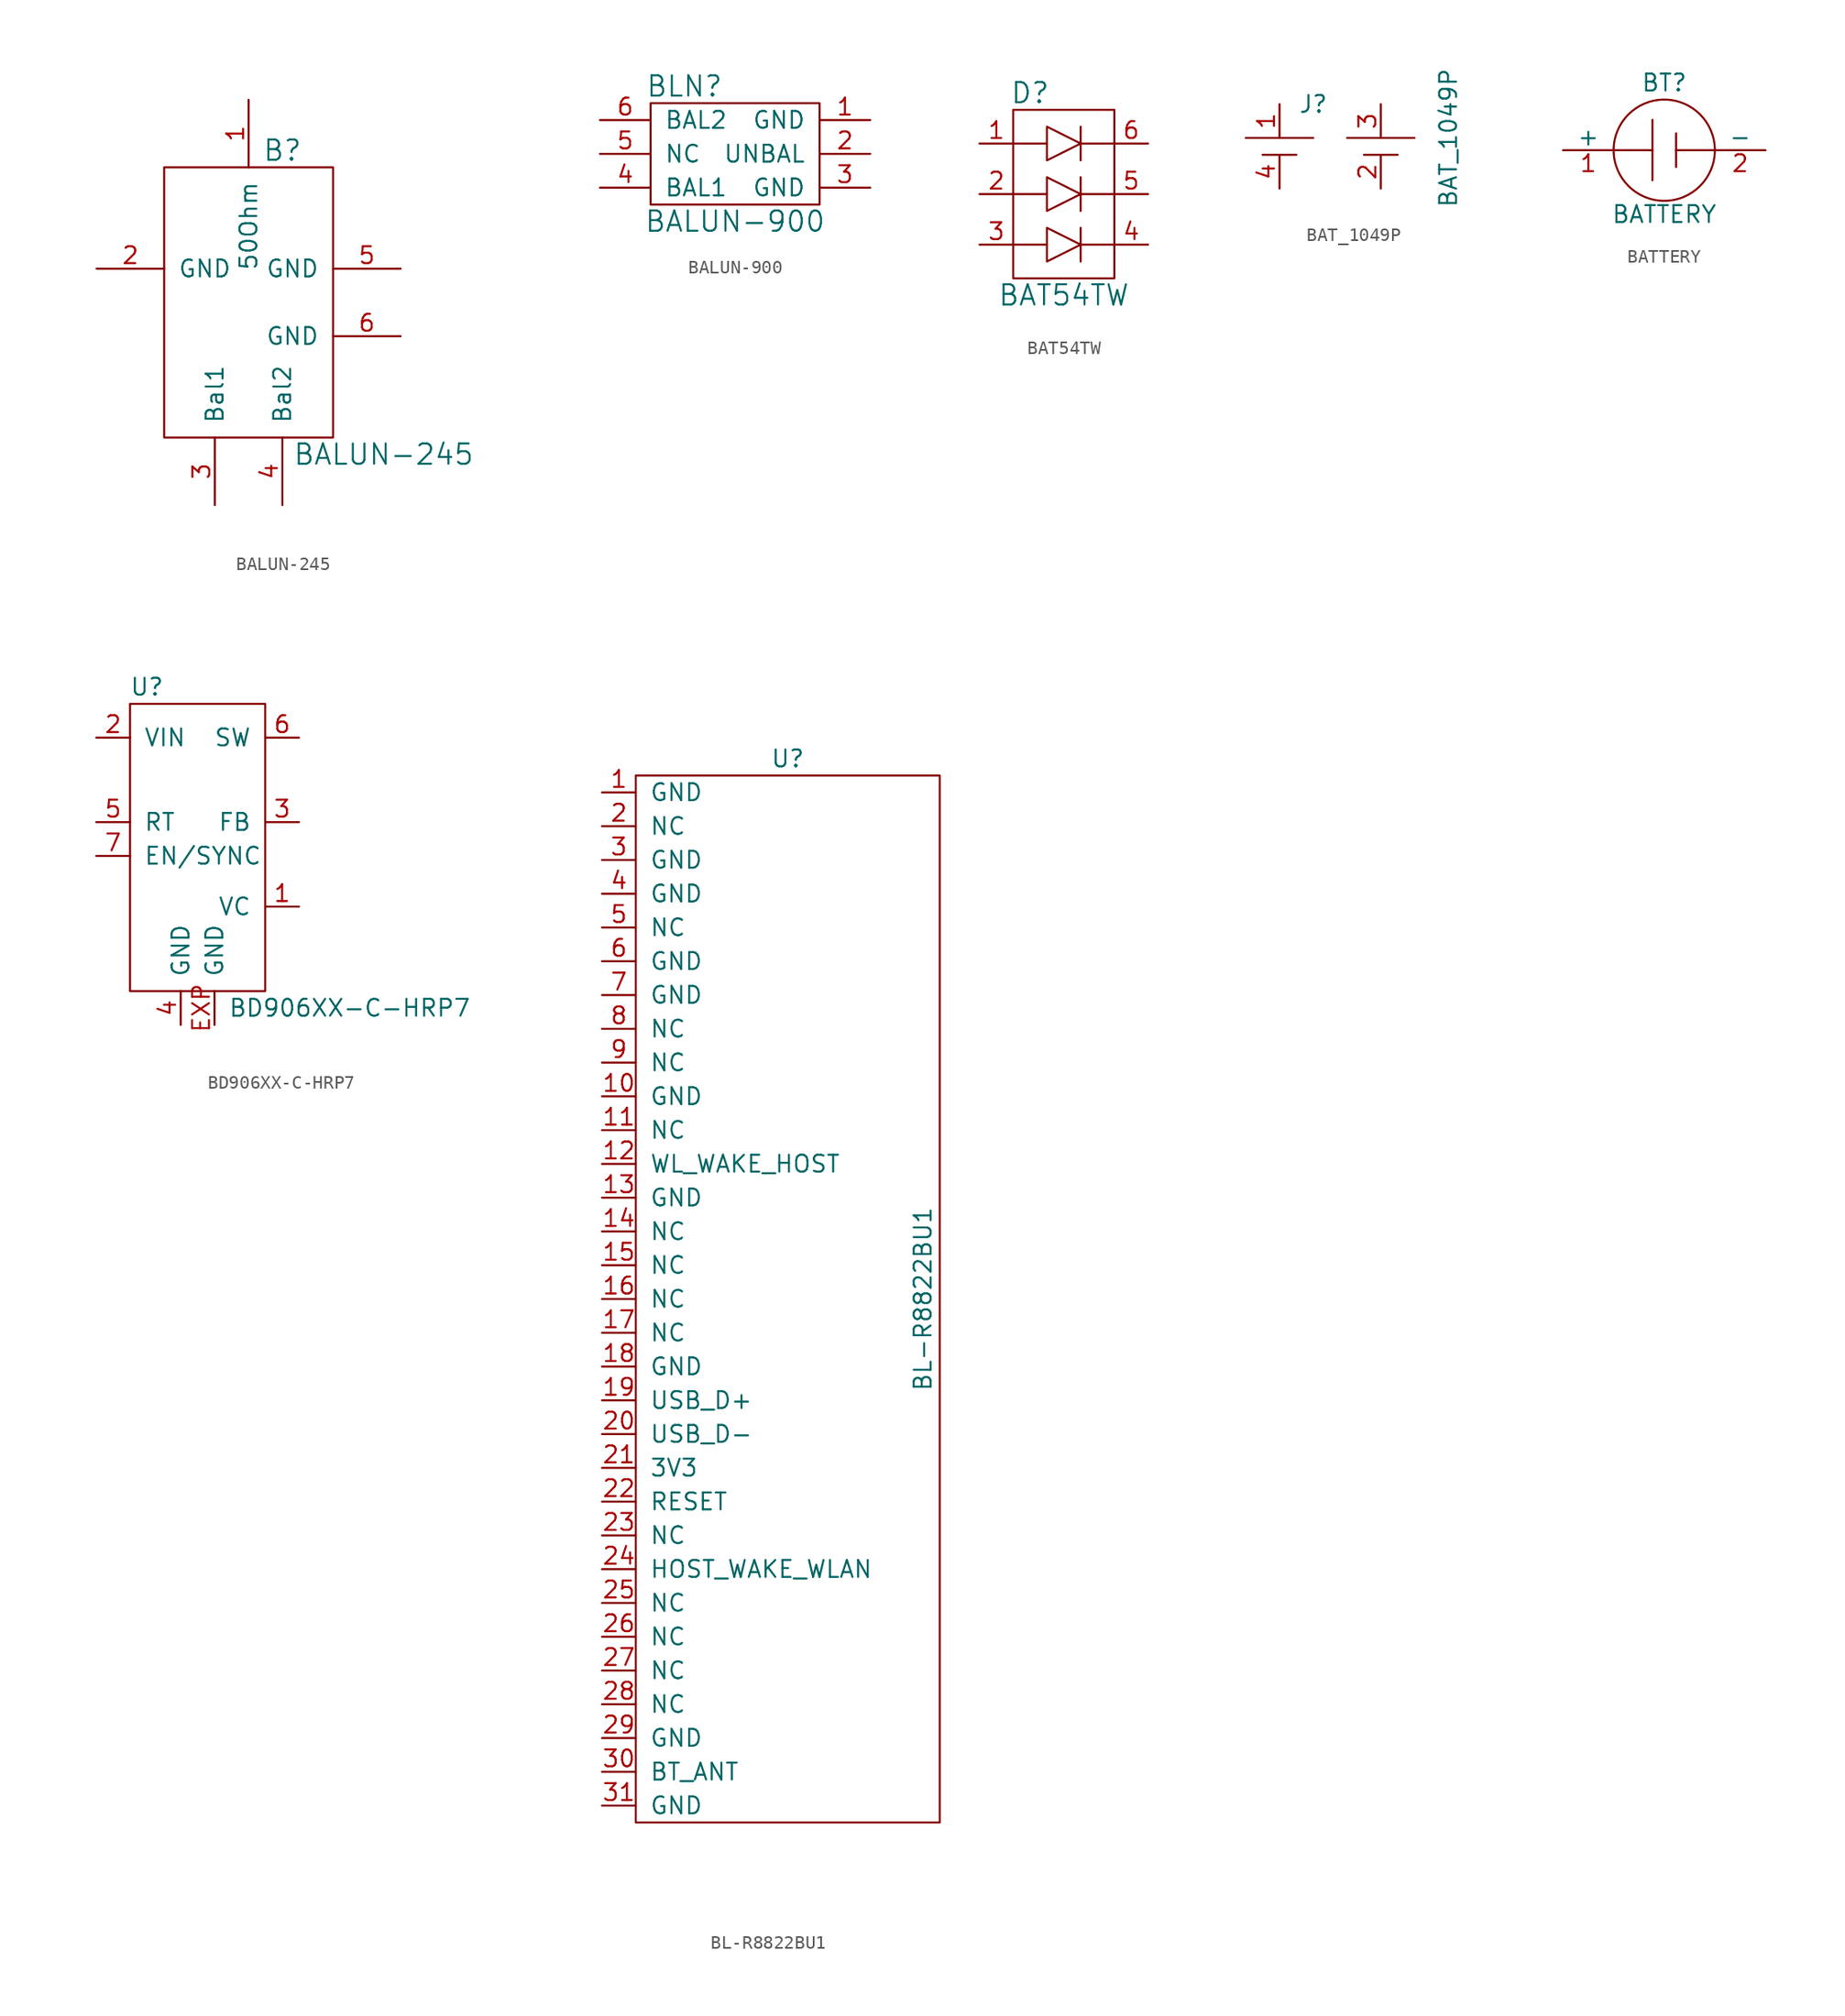
<source format=kicad_sym>
(kicad_symbol_lib
  (version 20210619)
  (generator kicad_symbol_editor)
  (symbol "tinkerforge:BALUN-245"
    (pin_names
      (offset 1.016))
    (property "Reference" "B"
      (at 2.54 11.43 0)
      (effects (font (size 1.524 1.524))))
    (property "Value" "BALUN-245"
      (at 10.16 -11.43 0)
      (effects (font (size 1.524 1.524))))
    (symbol "BALUN-245_0_1"
      (rectangle (start -6.35 10.16) (end 6.35 -10.16) (stroke (width 0)) (fill (type none))))
    (symbol "BALUN-245_1_1"
      (pin passive line (at 0 15.24 270) (length 5.08) (name "50Ohm" (effects (font (size 1.27 1.27)))) (number "1" (effects (font (size 1.27 1.27)))))
      (pin passive line (at -11.43 2.54 0) (length 5.08) (name "GND" (effects (font (size 1.27 1.27)))) (number "2" (effects (font (size 1.27 1.27)))))
      (pin passive line (at -2.54 -15.24 90) (length 5.08) (name "Bal1" (effects (font (size 1.27 1.27)))) (number "3" (effects (font (size 1.27 1.27)))))
      (pin passive line (at 2.54 -15.24 90) (length 5.08) (name "Bal2" (effects (font (size 1.27 1.27)))) (number "4" (effects (font (size 1.27 1.27)))))
      (pin passive line (at 11.43 2.54 180) (length 5.08) (name "GND" (effects (font (size 1.27 1.27)))) (number "5" (effects (font (size 1.27 1.27)))))
      (pin passive line (at 11.43 -2.54 180) (length 5.08) (name "GND" (effects (font (size 1.27 1.27)))) (number "6" (effects (font (size 1.27 1.27)))))))
  (symbol "tinkerforge:BALUN-900"
    (pin_names
      (offset 1.016))
    (property "Reference" "BLN"
      (at -3.81 5.08 0)
      (effects (font (size 1.524 1.524))))
    (property "Value" "BALUN-900"
      (at 0 -5.08 0)
      (effects (font (size 1.524 1.524))))
    (property "Footprint" ""
      (at 0 0 0)
      (effects (font (size 1.524 1.524))))
    (property "Datasheet" ""
      (at 0 0 0)
      (effects (font (size 1.524 1.524))))
    (symbol "BALUN-900_0_1"
      (rectangle (start -6.35 3.81) (end 6.35 -3.81) (stroke (width 0)) (fill (type none))))
    (symbol "BALUN-900_1_1"
      (pin passive line (at 10.16 2.54 180) (length 3.81) (name "GND" (effects (font (size 1.27 1.27)))) (number "1" (effects (font (size 1.27 1.27)))))
      (pin passive line (at 10.16 0 180) (length 3.81) (name "UNBAL" (effects (font (size 1.27 1.27)))) (number "2" (effects (font (size 1.27 1.27)))))
      (pin passive line (at 10.16 -2.54 180) (length 3.81) (name "GND" (effects (font (size 1.27 1.27)))) (number "3" (effects (font (size 1.27 1.27)))))
      (pin passive line (at -10.16 -2.54 0) (length 3.81) (name "BAL1" (effects (font (size 1.27 1.27)))) (number "4" (effects (font (size 1.27 1.27)))))
      (pin passive line (at -10.16 0 0) (length 3.81) (name "NC" (effects (font (size 1.27 1.27)))) (number "5" (effects (font (size 1.27 1.27)))))
      (pin passive line (at -10.16 2.54 0) (length 3.81) (name "BAL2" (effects (font (size 1.27 1.27)))) (number "6" (effects (font (size 1.27 1.27)))))))
  (symbol "tinkerforge:BAT54TW"
    (pin_names
      (offset 1.016))
    (property "Reference" "D"
      (at -2.54 7.62 0)
      (effects (font (size 1.524 1.524))))
    (property "Value" "BAT54TW"
      (at 0 -7.62 0)
      (effects (font (size 1.524 1.524))))
    (symbol "BAT54TW_0_1"
      (polyline (pts (xy -3.81 -3.81) (xy -1.27 -3.81)) (stroke (width 0)) (fill (type none)))
      (polyline (pts (xy -3.81 0) (xy -1.27 0)) (stroke (width 0)) (fill (type none)))
      (polyline (pts (xy -3.81 3.81) (xy -1.27 3.81)) (stroke (width 0)) (fill (type none)))
      (polyline (pts (xy 1.27 -3.81) (xy 3.81 -3.81)) (stroke (width 0)) (fill (type none)))
      (polyline (pts (xy 1.27 -2.54) (xy 1.27 -5.08)) (stroke (width 0)) (fill (type none)))
      (polyline (pts (xy 1.27 0) (xy 3.81 0)) (stroke (width 0)) (fill (type none)))
      (polyline (pts (xy 1.27 1.27) (xy 1.27 -1.27)) (stroke (width 0)) (fill (type none)))
      (polyline (pts (xy 1.27 5.08) (xy 1.27 2.54)) (stroke (width 0)) (fill (type none)))
      (polyline (pts (xy 3.81 3.81) (xy 1.27 3.81)) (stroke (width 0)) (fill (type none)))
      (polyline (pts (xy -1.27 -2.54) (xy -1.27 -5.08) (xy 1.27 -3.81) (xy -1.27 -2.54)) (stroke (width 0)) (fill (type none)))
      (polyline (pts (xy -1.27 1.27) (xy -1.27 -1.27) (xy 1.27 0) (xy -1.27 1.27)) (stroke (width 0)) (fill (type none)))
      (polyline (pts (xy -1.27 5.08) (xy -1.27 2.54) (xy 1.27 3.81) (xy -1.27 5.08)) (stroke (width 0)) (fill (type none)))
      (polyline (pts (xy -3.81 6.35) (xy 3.81 6.35) (xy 3.81 -6.35) (xy -3.81 -6.35) (xy -3.81 6.35)) (stroke (width 0)) (fill (type none))))
    (symbol "BAT54TW_1_1"
      (pin passive line (at -6.35 3.81 0) (length 2.54) (name "~" (effects (font (size 1.27 1.27)))) (number "1" (effects (font (size 1.27 1.27)))))
      (pin passive line (at -6.35 0 0) (length 2.54) (name "~" (effects (font (size 1.27 1.27)))) (number "2" (effects (font (size 1.27 1.27)))))
      (pin passive line (at -6.35 -3.81 0) (length 2.54) (name "~" (effects (font (size 1.27 1.27)))) (number "3" (effects (font (size 1.27 1.27)))))
      (pin passive line (at 6.35 -3.81 180) (length 2.54) (name "~" (effects (font (size 1.27 1.27)))) (number "4" (effects (font (size 1.27 1.27)))))
      (pin passive line (at 6.35 0 180) (length 2.54) (name "~" (effects (font (size 1.27 1.27)))) (number "5" (effects (font (size 1.27 1.27)))))
      (pin passive line (at 6.35 3.81 180) (length 2.54) (name "~" (effects (font (size 1.27 1.27)))) (number "6" (effects (font (size 1.27 1.27)))))))
  (symbol "tinkerforge:BAT_1049P"
    (pin_names
      (offset 1.016))
    (property "Reference" "J"
      (at -1.27 2.54 0)
      (effects (font (size 1.27 1.27))))
    (property "Value" "BAT_1049P"
      (at 8.89 0 90)
      (effects (font (size 1.27 1.27))))
    (symbol "BAT_1049P_0_1"
      (polyline (pts (xy -6.35 0) (xy -1.27 0)) (stroke (width 0)) (fill (type none)))
      (polyline (pts (xy -5.08 -1.27) (xy -2.54 -1.27)) (stroke (width 0)) (fill (type none)))
      (polyline (pts (xy 1.27 0) (xy 6.35 0)) (stroke (width 0)) (fill (type none)))
      (polyline (pts (xy 2.54 -1.27) (xy 5.08 -1.27)) (stroke (width 0)) (fill (type none))))
    (symbol "BAT_1049P_1_1"
      (pin passive line (at -3.81 2.54 270) (length 2.54) (name "~" (effects (font (size 1.27 1.27)))) (number "1" (effects (font (size 1.27 1.27)))))
      (pin passive line (at 3.81 -3.81 90) (length 2.54) (name "~" (effects (font (size 1.27 1.27)))) (number "2" (effects (font (size 1.27 1.27)))))
      (pin passive line (at 3.81 2.54 270) (length 2.54) (name "~" (effects (font (size 1.27 1.27)))) (number "3" (effects (font (size 1.27 1.27)))))
      (pin passive line (at -3.81 -3.81 90) (length 2.54) (name "~" (effects (font (size 1.27 1.27)))) (number "4" (effects (font (size 1.27 1.27)))))))
  (symbol "tinkerforge:BATTERY"
    (pin_names
      (offset 0))
    (property "Reference" "BT"
      (at 0 5.08 0)
      (effects (font (size 1.27 1.27))))
    (property "Value" "BATTERY"
      (at 0 -4.826 0)
      (effects (font (size 1.27 1.27))))
    (property "Footprint" ""
      (at 0 0 0)
      (effects (font (size 1.524 1.524))))
    (property "Datasheet" ""
      (at 0 0 0)
      (effects (font (size 1.524 1.524))))
    (symbol "BATTERY_0_1"
      (circle (center 0 0) (radius 3.81) (stroke (width 0.152)) (fill (type none)))
      (polyline (pts (xy -0.889 0) (xy -3.81 0)) (stroke (width 0)) (fill (type none)))
      (polyline (pts (xy -0.889 2.286) (xy -0.889 -2.261)) (stroke (width 0.152)) (fill (type none)))
      (polyline (pts (xy 0.889 0) (xy 3.81 0)) (stroke (width 0)) (fill (type none)))
      (polyline (pts (xy 0.889 1.27) (xy 0.889 -1.27)) (stroke (width 0.152)) (fill (type none))))
    (symbol "BATTERY_1_1"
      (pin passive line (at -7.62 0 0) (length 3.81) (name "+" (effects (font (size 1.27 1.27)))) (number "1" (effects (font (size 1.27 1.27)))))
      (pin passive line (at 7.62 0 180) (length 3.81) (name "-" (effects (font (size 1.27 1.27)))) (number "2" (effects (font (size 1.27 1.27)))))))
  (symbol "tinkerforge:BD906XX-C-HRP7"
    (pin_names
      (offset 1.016))
    (property "Reference" "U"
      (at -3.81 10.16 0)
      (effects (font (size 1.27 1.27))))
    (property "Value" "BD906XX-C-HRP7"
      (at 11.43 -13.97 0)
      (effects (font (size 1.27 1.27))))
    (symbol "BD906XX-C-HRP7_0_1"
      (rectangle (start -5.08 8.89) (end 5.08 -12.7) (stroke (width 0)) (fill (type none))))
    (symbol "BD906XX-C-HRP7_1_1"
      (pin passive line (at 7.62 -6.35 180) (length 2.54) (name "VC" (effects (font (size 1.27 1.27)))) (number "1" (effects (font (size 1.27 1.27)))))
      (pin passive line (at -7.62 6.35 0) (length 2.54) (name "VIN" (effects (font (size 1.27 1.27)))) (number "2" (effects (font (size 1.27 1.27)))))
      (pin passive line (at 7.62 0 180) (length 2.54) (name "FB" (effects (font (size 1.27 1.27)))) (number "3" (effects (font (size 1.27 1.27)))))
      (pin passive line (at -1.27 -15.24 90) (length 2.54) (name "GND" (effects (font (size 1.27 1.27)))) (number "4" (effects (font (size 1.27 1.27)))))
      (pin passive line (at -7.62 0 0) (length 2.54) (name "RT" (effects (font (size 1.27 1.27)))) (number "5" (effects (font (size 1.27 1.27)))))
      (pin passive line (at 7.62 6.35 180) (length 2.54) (name "SW" (effects (font (size 1.27 1.27)))) (number "6" (effects (font (size 1.27 1.27)))))
      (pin passive line (at -7.62 -2.54 0) (length 2.54) (name "EN/SYNC" (effects (font (size 1.27 1.27)))) (number "7" (effects (font (size 1.27 1.27)))))
      (pin passive line (at 1.27 -15.24 90) (length 2.54) (name "GND" (effects (font (size 1.27 1.27)))) (number "EXP" (effects (font (size 1.27 1.27)))))))
  (symbol "tinkerforge:BL-R8822BU1"
    (pin_names
      (offset 1.016))
    (property "Reference" "U"
      (at 0 40.64 0)
      (effects (font (size 1.27 1.27))))
    (property "Value" "BL-R8822BU1"
      (at 10.16 0 90)
      (effects (font (size 1.27 1.27))))
    (symbol "BL-R8822BU1_0_1"
      (rectangle (start -11.43 39.37) (end 11.43 -39.37) (stroke (width 0)) (fill (type none))))
    (symbol "BL-R8822BU1_1_1"
      (pin input line (at -13.97 38.1 0) (length 2.54) (name "GND" (effects (font (size 1.27 1.27)))) (number "1" (effects (font (size 1.27 1.27)))))
      (pin input line (at -13.97 15.24 0) (length 2.54) (name "GND" (effects (font (size 1.27 1.27)))) (number "10" (effects (font (size 1.27 1.27)))))
      (pin input line (at -13.97 12.7 0) (length 2.54) (name "NC" (effects (font (size 1.27 1.27)))) (number "11" (effects (font (size 1.27 1.27)))))
      (pin input line (at -13.97 10.16 0) (length 2.54) (name "WL_WAKE_HOST" (effects (font (size 1.27 1.27)))) (number "12" (effects (font (size 1.27 1.27)))))
      (pin input line (at -13.97 7.62 0) (length 2.54) (name "GND" (effects (font (size 1.27 1.27)))) (number "13" (effects (font (size 1.27 1.27)))))
      (pin input line (at -13.97 5.08 0) (length 2.54) (name "NC" (effects (font (size 1.27 1.27)))) (number "14" (effects (font (size 1.27 1.27)))))
      (pin input line (at -13.97 2.54 0) (length 2.54) (name "NC" (effects (font (size 1.27 1.27)))) (number "15" (effects (font (size 1.27 1.27)))))
      (pin input line (at -13.97 0 0) (length 2.54) (name "NC" (effects (font (size 1.27 1.27)))) (number "16" (effects (font (size 1.27 1.27)))))
      (pin input line (at -13.97 -2.54 0) (length 2.54) (name "NC" (effects (font (size 1.27 1.27)))) (number "17" (effects (font (size 1.27 1.27)))))
      (pin input line (at -13.97 -5.08 0) (length 2.54) (name "GND" (effects (font (size 1.27 1.27)))) (number "18" (effects (font (size 1.27 1.27)))))
      (pin input line (at -13.97 -7.62 0) (length 2.54) (name "USB_D+" (effects (font (size 1.27 1.27)))) (number "19" (effects (font (size 1.27 1.27)))))
      (pin input line (at -13.97 35.56 0) (length 2.54) (name "NC" (effects (font (size 1.27 1.27)))) (number "2" (effects (font (size 1.27 1.27)))))
      (pin input line (at -13.97 -10.16 0) (length 2.54) (name "USB_D-" (effects (font (size 1.27 1.27)))) (number "20" (effects (font (size 1.27 1.27)))))
      (pin input line (at -13.97 -12.7 0) (length 2.54) (name "3V3" (effects (font (size 1.27 1.27)))) (number "21" (effects (font (size 1.27 1.27)))))
      (pin input line (at -13.97 -15.24 0) (length 2.54) (name "RESET" (effects (font (size 1.27 1.27)))) (number "22" (effects (font (size 1.27 1.27)))))
      (pin input line (at -13.97 -17.78 0) (length 2.54) (name "NC" (effects (font (size 1.27 1.27)))) (number "23" (effects (font (size 1.27 1.27)))))
      (pin input line (at -13.97 -20.32 0) (length 2.54) (name "HOST_WAKE_WLAN" (effects (font (size 1.27 1.27)))) (number "24" (effects (font (size 1.27 1.27)))))
      (pin input line (at -13.97 -22.86 0) (length 2.54) (name "NC" (effects (font (size 1.27 1.27)))) (number "25" (effects (font (size 1.27 1.27)))))
      (pin input line (at -13.97 -25.4 0) (length 2.54) (name "NC" (effects (font (size 1.27 1.27)))) (number "26" (effects (font (size 1.27 1.27)))))
      (pin input line (at -13.97 -27.94 0) (length 2.54) (name "NC" (effects (font (size 1.27 1.27)))) (number "27" (effects (font (size 1.27 1.27)))))
      (pin input line (at -13.97 -30.48 0) (length 2.54) (name "NC" (effects (font (size 1.27 1.27)))) (number "28" (effects (font (size 1.27 1.27)))))
      (pin input line (at -13.97 -33.02 0) (length 2.54) (name "GND" (effects (font (size 1.27 1.27)))) (number "29" (effects (font (size 1.27 1.27)))))
      (pin input line (at -13.97 33.02 0) (length 2.54) (name "GND" (effects (font (size 1.27 1.27)))) (number "3" (effects (font (size 1.27 1.27)))))
      (pin input line (at -13.97 -35.56 0) (length 2.54) (name "BT_ANT" (effects (font (size 1.27 1.27)))) (number "30" (effects (font (size 1.27 1.27)))))
      (pin input line (at -13.97 -38.1 0) (length 2.54) (name "GND" (effects (font (size 1.27 1.27)))) (number "31" (effects (font (size 1.27 1.27)))))
      (pin input line (at -13.97 30.48 0) (length 2.54) (name "GND" (effects (font (size 1.27 1.27)))) (number "4" (effects (font (size 1.27 1.27)))))
      (pin input line (at -13.97 27.94 0) (length 2.54) (name "NC" (effects (font (size 1.27 1.27)))) (number "5" (effects (font (size 1.27 1.27)))))
      (pin input line (at -13.97 25.4 0) (length 2.54) (name "GND" (effects (font (size 1.27 1.27)))) (number "6" (effects (font (size 1.27 1.27)))))
      (pin input line (at -13.97 22.86 0) (length 2.54) (name "GND" (effects (font (size 1.27 1.27)))) (number "7" (effects (font (size 1.27 1.27)))))
      (pin input line (at -13.97 20.32 0) (length 2.54) (name "NC" (effects (font (size 1.27 1.27)))) (number "8" (effects (font (size 1.27 1.27)))))
      (pin input line (at -13.97 17.78 0) (length 2.54) (name "NC" (effects (font (size 1.27 1.27)))) (number "9" (effects (font (size 1.27 1.27))))))))
</source>
